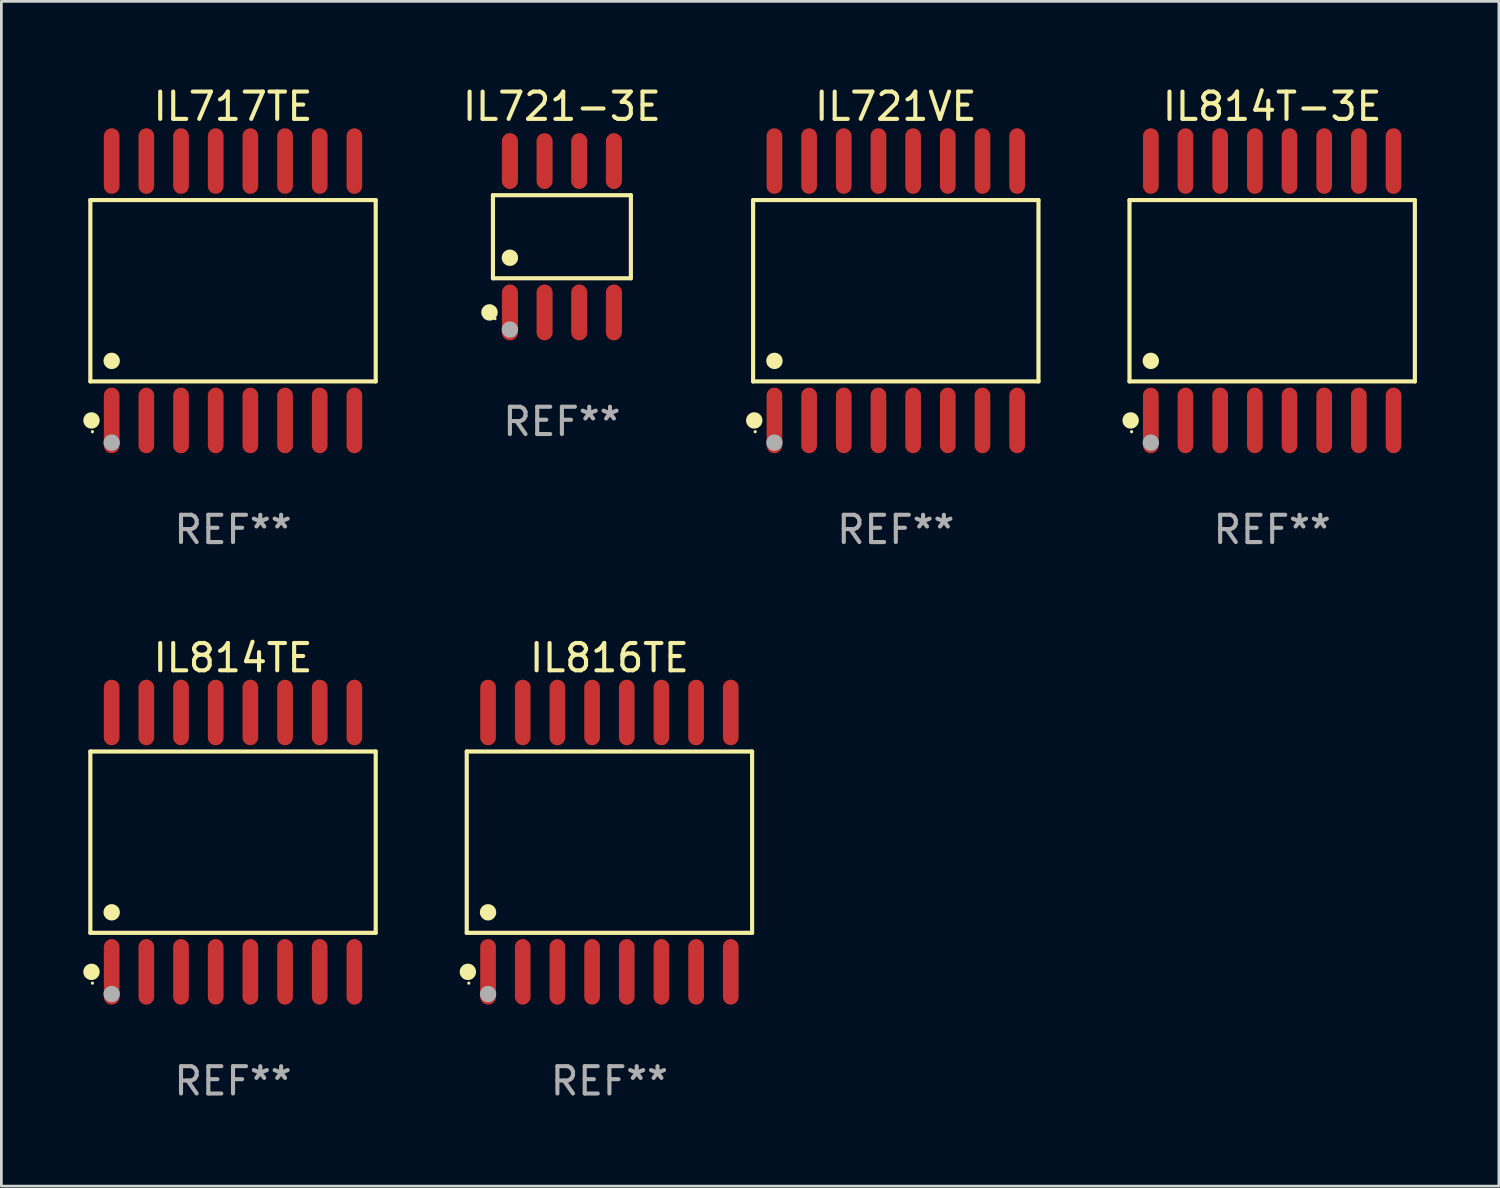
<source format=kicad_pcb>
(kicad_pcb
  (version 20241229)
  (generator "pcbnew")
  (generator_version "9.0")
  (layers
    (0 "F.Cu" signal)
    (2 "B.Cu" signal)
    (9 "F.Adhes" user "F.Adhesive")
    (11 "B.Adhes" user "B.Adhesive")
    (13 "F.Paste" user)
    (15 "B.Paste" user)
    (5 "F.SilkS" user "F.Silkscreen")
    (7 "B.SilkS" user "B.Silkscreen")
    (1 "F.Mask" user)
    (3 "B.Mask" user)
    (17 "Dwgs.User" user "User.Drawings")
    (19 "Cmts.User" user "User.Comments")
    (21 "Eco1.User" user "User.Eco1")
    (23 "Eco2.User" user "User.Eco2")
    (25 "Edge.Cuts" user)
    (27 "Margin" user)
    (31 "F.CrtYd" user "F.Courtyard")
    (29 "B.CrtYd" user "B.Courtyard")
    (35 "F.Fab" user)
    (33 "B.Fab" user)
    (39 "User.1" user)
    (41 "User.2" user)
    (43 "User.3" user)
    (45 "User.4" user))
  (footprint "IL816TE"
    (layer "F.Cu")
    (at 19.271 27.796)
    (property "Reference" "IL816TE" (at 0 -6.75 0) (layer "F.SilkS") (effects (font (size 1 1) (thickness 0.15))))
    (attr through_hole)
    (fp_line (start -5.226 -3.321) (end 5.226 -3.321) (stroke (width 0.152) (type solid)) (layer "F.SilkS"))
    (fp_line (start -5.226 3.321) (end -5.226 -3.321) (stroke (width 0.152) (type solid)) (layer "F.SilkS"))
    (fp_line (start 5.226 -3.321) (end 5.226 3.321) (stroke (width 0.152) (type solid)) (layer "F.SilkS"))
    (fp_line (start 5.226 3.321) (end -5.226 3.321) (stroke (width 0.152) (type solid)) (layer "F.SilkS"))
    (fp_circle (center -5.184 4.75) (end -5.034 4.75) (stroke (width 0.3) (type solid)) (fill no) (layer "F.SilkS"))
    (fp_circle (center -5.15 5.163) (end -5.12 5.163) (stroke (width 0.06) (type solid)) (fill no) (layer "F.SilkS"))
    (fp_circle (center -4.445 2.569) (end -4.295 2.569) (stroke (width 0.3) (type solid)) (fill no) (layer "F.SilkS"))
    (fp_circle (center -4.445 5.563) (end -4.295 5.563) (stroke (width 0.3) (type solid)) (fill no) (layer "F.Fab"))
    (fp_text user "REF**" (at 0 8.75 0) (layer "F.Fab") (effects (font (size 1 1) (thickness 0.15))))
    (pad "1" smd oval (at -4.445 4.75) (size 0.574 2.401) (layers "F.Cu" "F.Mask" "F.Paste"))
    (pad "2" smd oval (at -3.175 4.75) (size 0.574 2.401) (layers "F.Cu" "F.Mask" "F.Paste"))
    (pad "3" smd oval (at -1.905 4.75) (size 0.574 2.401) (layers "F.Cu" "F.Mask" "F.Paste"))
    (pad "4" smd oval (at -0.635 4.75) (size 0.574 2.401) (layers "F.Cu" "F.Mask" "F.Paste"))
    (pad "5" smd oval (at 0.635 4.75) (size 0.574 2.401) (layers "F.Cu" "F.Mask" "F.Paste"))
    (pad "6" smd oval (at 1.905 4.75) (size 0.574 2.401) (layers "F.Cu" "F.Mask" "F.Paste"))
    (pad "7" smd oval (at 3.175 4.75) (size 0.574 2.401) (layers "F.Cu" "F.Mask" "F.Paste"))
    (pad "8" smd oval (at 4.445 4.75) (size 0.574 2.401) (layers "F.Cu" "F.Mask" "F.Paste"))
    (pad "9" smd oval (at 4.445 -4.75) (size 0.574 2.401) (layers "F.Cu" "F.Mask" "F.Paste"))
    (pad "10" smd oval (at 3.175 -4.75) (size 0.574 2.401) (layers "F.Cu" "F.Mask" "F.Paste"))
    (pad "11" smd oval (at 1.905 -4.75) (size 0.574 2.401) (layers "F.Cu" "F.Mask" "F.Paste"))
    (pad "12" smd oval (at 0.635 -4.75) (size 0.574 2.401) (layers "F.Cu" "F.Mask" "F.Paste"))
    (pad "13" smd oval (at -0.635 -4.75) (size 0.574 2.401) (layers "F.Cu" "F.Mask" "F.Paste"))
    (pad "14" smd oval (at -1.905 -4.75) (size 0.574 2.401) (layers "F.Cu" "F.Mask" "F.Paste"))
    (pad "15" smd oval (at -3.175 -4.75) (size 0.574 2.401) (layers "F.Cu" "F.Mask" "F.Paste"))
    (pad "16" smd oval (at -4.445 -4.75) (size 0.574 2.401) (layers "F.Cu" "F.Mask" "F.Paste")))
  (footprint "IL721-3E"
    (layer "F.Cu")
    (at 17.531 5.621)
    (property "Reference" "IL721-3E" (at 0 -4.772 0) (layer "F.SilkS") (effects (font (size 1 1) (thickness 0.15))))
    (attr through_hole)
    (fp_line (start -2.526 -1.521) (end 2.526 -1.521) (stroke (width 0.152) (type solid)) (layer "F.SilkS"))
    (fp_line (start -2.526 1.521) (end -2.526 -1.521) (stroke (width 0.152) (type solid)) (layer "F.SilkS"))
    (fp_line (start 2.526 -1.521) (end 2.526 1.521) (stroke (width 0.152) (type solid)) (layer "F.SilkS"))
    (fp_line (start 2.526 1.521) (end -2.526 1.521) (stroke (width 0.152) (type solid)) (layer "F.SilkS"))
    (fp_circle (center -2.652 2.772) (end -2.501 2.772) (stroke (width 0.3) (type solid)) (fill no) (layer "F.SilkS"))
    (fp_circle (center -2.45 3) (end -2.42 3) (stroke (width 0.06) (type solid)) (fill no) (layer "F.SilkS"))
    (fp_circle (center -1.905 0.769) (end -1.755 0.769) (stroke (width 0.3) (type solid)) (fill no) (layer "F.SilkS"))
    (fp_circle (center -1.905 3.4) (end -1.755 3.4) (stroke (width 0.3) (type solid)) (fill no) (layer "F.Fab"))
    (fp_text user "REF**" (at 0 6.772 0) (layer "F.Fab") (effects (font (size 1 1) (thickness 0.15))))
    (pad "1" smd oval (at -1.905 2.772) (size 0.588 2.045) (layers "F.Cu" "F.Mask" "F.Paste"))
    (pad "2" smd oval (at -0.635 2.772) (size 0.588 2.045) (layers "F.Cu" "F.Mask" "F.Paste"))
    (pad "3" smd oval (at 0.635 2.772) (size 0.588 2.045) (layers "F.Cu" "F.Mask" "F.Paste"))
    (pad "4" smd oval (at 1.905 2.772) (size 0.588 2.045) (layers "F.Cu" "F.Mask" "F.Paste"))
    (pad "5" smd oval (at 1.905 -2.772) (size 0.588 2.045) (layers "F.Cu" "F.Mask" "F.Paste"))
    (pad "6" smd oval (at 0.635 -2.772) (size 0.588 2.045) (layers "F.Cu" "F.Mask" "F.Paste"))
    (pad "7" smd oval (at -0.635 -2.772) (size 0.588 2.045) (layers "F.Cu" "F.Mask" "F.Paste"))
    (pad "8" smd oval (at -1.905 -2.772) (size 0.588 2.045) (layers "F.Cu" "F.Mask" "F.Paste")))
  (footprint "IL814TE"
    (layer "F.Cu")
    (at 5.485 27.796)
    (property "Reference" "IL814TE" (at 0 -6.75 0) (layer "F.SilkS") (effects (font (size 1 1) (thickness 0.15))))
    (attr through_hole)
    (fp_line (start -5.226 -3.321) (end 5.226 -3.321) (stroke (width 0.152) (type solid)) (layer "F.SilkS"))
    (fp_line (start -5.226 3.321) (end -5.226 -3.321) (stroke (width 0.152) (type solid)) (layer "F.SilkS"))
    (fp_line (start 5.226 -3.321) (end 5.226 3.321) (stroke (width 0.152) (type solid)) (layer "F.SilkS"))
    (fp_line (start 5.226 3.321) (end -5.226 3.321) (stroke (width 0.152) (type solid)) (layer "F.SilkS"))
    (fp_circle (center -5.184 4.75) (end -5.034 4.75) (stroke (width 0.3) (type solid)) (fill no) (layer "F.SilkS"))
    (fp_circle (center -5.15 5.163) (end -5.12 5.163) (stroke (width 0.06) (type solid)) (fill no) (layer "F.SilkS"))
    (fp_circle (center -4.445 2.569) (end -4.295 2.569) (stroke (width 0.3) (type solid)) (fill no) (layer "F.SilkS"))
    (fp_circle (center -4.445 5.563) (end -4.295 5.563) (stroke (width 0.3) (type solid)) (fill no) (layer "F.Fab"))
    (fp_text user "REF**" (at 0 8.75 0) (layer "F.Fab") (effects (font (size 1 1) (thickness 0.15))))
    (pad "1" smd oval (at -4.445 4.75) (size 0.574 2.401) (layers "F.Cu" "F.Mask" "F.Paste"))
    (pad "2" smd oval (at -3.175 4.75) (size 0.574 2.401) (layers "F.Cu" "F.Mask" "F.Paste"))
    (pad "3" smd oval (at -1.905 4.75) (size 0.574 2.401) (layers "F.Cu" "F.Mask" "F.Paste"))
    (pad "4" smd oval (at -0.635 4.75) (size 0.574 2.401) (layers "F.Cu" "F.Mask" "F.Paste"))
    (pad "5" smd oval (at 0.635 4.75) (size 0.574 2.401) (layers "F.Cu" "F.Mask" "F.Paste"))
    (pad "6" smd oval (at 1.905 4.75) (size 0.574 2.401) (layers "F.Cu" "F.Mask" "F.Paste"))
    (pad "7" smd oval (at 3.175 4.75) (size 0.574 2.401) (layers "F.Cu" "F.Mask" "F.Paste"))
    (pad "8" smd oval (at 4.445 4.75) (size 0.574 2.401) (layers "F.Cu" "F.Mask" "F.Paste"))
    (pad "9" smd oval (at 4.445 -4.75) (size 0.574 2.401) (layers "F.Cu" "F.Mask" "F.Paste"))
    (pad "10" smd oval (at 3.175 -4.75) (size 0.574 2.401) (layers "F.Cu" "F.Mask" "F.Paste"))
    (pad "11" smd oval (at 1.905 -4.75) (size 0.574 2.401) (layers "F.Cu" "F.Mask" "F.Paste"))
    (pad "12" smd oval (at 0.635 -4.75) (size 0.574 2.401) (layers "F.Cu" "F.Mask" "F.Paste"))
    (pad "13" smd oval (at -0.635 -4.75) (size 0.574 2.401) (layers "F.Cu" "F.Mask" "F.Paste"))
    (pad "14" smd oval (at -1.905 -4.75) (size 0.574 2.401) (layers "F.Cu" "F.Mask" "F.Paste"))
    (pad "15" smd oval (at -3.175 -4.75) (size 0.574 2.401) (layers "F.Cu" "F.Mask" "F.Paste"))
    (pad "16" smd oval (at -4.445 -4.75) (size 0.574 2.401) (layers "F.Cu" "F.Mask" "F.Paste")))
  (footprint "IL814T-3E"
    (layer "F.Cu")
    (at 43.546 7.599)
    (property "Reference" "IL814T-3E" (at 0 -6.75 0) (layer "F.SilkS") (effects (font (size 1 1) (thickness 0.15))))
    (attr through_hole)
    (fp_line (start -5.226 -3.321) (end 5.226 -3.321) (stroke (width 0.152) (type solid)) (layer "F.SilkS"))
    (fp_line (start -5.226 3.321) (end -5.226 -3.321) (stroke (width 0.152) (type solid)) (layer "F.SilkS"))
    (fp_line (start 5.226 -3.321) (end 5.226 3.321) (stroke (width 0.152) (type solid)) (layer "F.SilkS"))
    (fp_line (start 5.226 3.321) (end -5.226 3.321) (stroke (width 0.152) (type solid)) (layer "F.SilkS"))
    (fp_circle (center -5.184 4.75) (end -5.034 4.75) (stroke (width 0.3) (type solid)) (fill no) (layer "F.SilkS"))
    (fp_circle (center -5.15 5.163) (end -5.12 5.163) (stroke (width 0.06) (type solid)) (fill no) (layer "F.SilkS"))
    (fp_circle (center -4.445 2.569) (end -4.295 2.569) (stroke (width 0.3) (type solid)) (fill no) (layer "F.SilkS"))
    (fp_circle (center -4.445 5.563) (end -4.295 5.563) (stroke (width 0.3) (type solid)) (fill no) (layer "F.Fab"))
    (fp_text user "REF**" (at 0 8.75 0) (layer "F.Fab") (effects (font (size 1 1) (thickness 0.15))))
    (pad "1" smd oval (at -4.445 4.75) (size 0.574 2.401) (layers "F.Cu" "F.Mask" "F.Paste"))
    (pad "2" smd oval (at -3.175 4.75) (size 0.574 2.401) (layers "F.Cu" "F.Mask" "F.Paste"))
    (pad "3" smd oval (at -1.905 4.75) (size 0.574 2.401) (layers "F.Cu" "F.Mask" "F.Paste"))
    (pad "4" smd oval (at -0.635 4.75) (size 0.574 2.401) (layers "F.Cu" "F.Mask" "F.Paste"))
    (pad "5" smd oval (at 0.635 4.75) (size 0.574 2.401) (layers "F.Cu" "F.Mask" "F.Paste"))
    (pad "6" smd oval (at 1.905 4.75) (size 0.574 2.401) (layers "F.Cu" "F.Mask" "F.Paste"))
    (pad "7" smd oval (at 3.175 4.75) (size 0.574 2.401) (layers "F.Cu" "F.Mask" "F.Paste"))
    (pad "8" smd oval (at 4.445 4.75) (size 0.574 2.401) (layers "F.Cu" "F.Mask" "F.Paste"))
    (pad "9" smd oval (at 4.445 -4.75) (size 0.574 2.401) (layers "F.Cu" "F.Mask" "F.Paste"))
    (pad "10" smd oval (at 3.175 -4.75) (size 0.574 2.401) (layers "F.Cu" "F.Mask" "F.Paste"))
    (pad "11" smd oval (at 1.905 -4.75) (size 0.574 2.401) (layers "F.Cu" "F.Mask" "F.Paste"))
    (pad "12" smd oval (at 0.635 -4.75) (size 0.574 2.401) (layers "F.Cu" "F.Mask" "F.Paste"))
    (pad "13" smd oval (at -0.635 -4.75) (size 0.574 2.401) (layers "F.Cu" "F.Mask" "F.Paste"))
    (pad "14" smd oval (at -1.905 -4.75) (size 0.574 2.401) (layers "F.Cu" "F.Mask" "F.Paste"))
    (pad "15" smd oval (at -3.175 -4.75) (size 0.574 2.401) (layers "F.Cu" "F.Mask" "F.Paste"))
    (pad "16" smd oval (at -4.445 -4.75) (size 0.574 2.401) (layers "F.Cu" "F.Mask" "F.Paste")))
  (footprint "IL717TE"
    (layer "F.Cu")
    (at 5.485 7.599)
    (property "Reference" "IL717TE" (at 0 -6.75 0) (layer "F.SilkS") (effects (font (size 1 1) (thickness 0.15))))
    (attr through_hole)
    (fp_line (start -5.226 -3.321) (end 5.226 -3.321) (stroke (width 0.152) (type solid)) (layer "F.SilkS"))
    (fp_line (start -5.226 3.321) (end -5.226 -3.321) (stroke (width 0.152) (type solid)) (layer "F.SilkS"))
    (fp_line (start 5.226 -3.321) (end 5.226 3.321) (stroke (width 0.152) (type solid)) (layer "F.SilkS"))
    (fp_line (start 5.226 3.321) (end -5.226 3.321) (stroke (width 0.152) (type solid)) (layer "F.SilkS"))
    (fp_circle (center -5.184 4.75) (end -5.034 4.75) (stroke (width 0.3) (type solid)) (fill no) (layer "F.SilkS"))
    (fp_circle (center -5.15 5.163) (end -5.12 5.163) (stroke (width 0.06) (type solid)) (fill no) (layer "F.SilkS"))
    (fp_circle (center -4.445 2.569) (end -4.295 2.569) (stroke (width 0.3) (type solid)) (fill no) (layer "F.SilkS"))
    (fp_circle (center -4.445 5.563) (end -4.295 5.563) (stroke (width 0.3) (type solid)) (fill no) (layer "F.Fab"))
    (fp_text user "REF**" (at 0 8.75 0) (layer "F.Fab") (effects (font (size 1 1) (thickness 0.15))))
    (pad "1" smd oval (at -4.445 4.75) (size 0.574 2.401) (layers "F.Cu" "F.Mask" "F.Paste"))
    (pad "2" smd oval (at -3.175 4.75) (size 0.574 2.401) (layers "F.Cu" "F.Mask" "F.Paste"))
    (pad "3" smd oval (at -1.905 4.75) (size 0.574 2.401) (layers "F.Cu" "F.Mask" "F.Paste"))
    (pad "4" smd oval (at -0.635 4.75) (size 0.574 2.401) (layers "F.Cu" "F.Mask" "F.Paste"))
    (pad "5" smd oval (at 0.635 4.75) (size 0.574 2.401) (layers "F.Cu" "F.Mask" "F.Paste"))
    (pad "6" smd oval (at 1.905 4.75) (size 0.574 2.401) (layers "F.Cu" "F.Mask" "F.Paste"))
    (pad "7" smd oval (at 3.175 4.75) (size 0.574 2.401) (layers "F.Cu" "F.Mask" "F.Paste"))
    (pad "8" smd oval (at 4.445 4.75) (size 0.574 2.401) (layers "F.Cu" "F.Mask" "F.Paste"))
    (pad "9" smd oval (at 4.445 -4.75) (size 0.574 2.401) (layers "F.Cu" "F.Mask" "F.Paste"))
    (pad "10" smd oval (at 3.175 -4.75) (size 0.574 2.401) (layers "F.Cu" "F.Mask" "F.Paste"))
    (pad "11" smd oval (at 1.905 -4.75) (size 0.574 2.401) (layers "F.Cu" "F.Mask" "F.Paste"))
    (pad "12" smd oval (at 0.635 -4.75) (size 0.574 2.401) (layers "F.Cu" "F.Mask" "F.Paste"))
    (pad "13" smd oval (at -0.635 -4.75) (size 0.574 2.401) (layers "F.Cu" "F.Mask" "F.Paste"))
    (pad "14" smd oval (at -1.905 -4.75) (size 0.574 2.401) (layers "F.Cu" "F.Mask" "F.Paste"))
    (pad "15" smd oval (at -3.175 -4.75) (size 0.574 2.401) (layers "F.Cu" "F.Mask" "F.Paste"))
    (pad "16" smd oval (at -4.445 -4.75) (size 0.574 2.401) (layers "F.Cu" "F.Mask" "F.Paste")))
  (footprint "IL721VE"
    (layer "F.Cu")
    (at 29.76 7.599)
    (property "Reference" "IL721VE" (at 0 -6.75 0) (layer "F.SilkS") (effects (font (size 1 1) (thickness 0.15))))
    (attr through_hole)
    (fp_line (start -5.226 -3.321) (end 5.226 -3.321) (stroke (width 0.152) (type solid)) (layer "F.SilkS"))
    (fp_line (start -5.226 3.321) (end -5.226 -3.321) (stroke (width 0.152) (type solid)) (layer "F.SilkS"))
    (fp_line (start 5.226 -3.321) (end 5.226 3.321) (stroke (width 0.152) (type solid)) (layer "F.SilkS"))
    (fp_line (start 5.226 3.321) (end -5.226 3.321) (stroke (width 0.152) (type solid)) (layer "F.SilkS"))
    (fp_circle (center -5.184 4.75) (end -5.034 4.75) (stroke (width 0.3) (type solid)) (fill no) (layer "F.SilkS"))
    (fp_circle (center -5.15 5.163) (end -5.12 5.163) (stroke (width 0.06) (type solid)) (fill no) (layer "F.SilkS"))
    (fp_circle (center -4.445 2.569) (end -4.295 2.569) (stroke (width 0.3) (type solid)) (fill no) (layer "F.SilkS"))
    (fp_circle (center -4.445 5.563) (end -4.295 5.563) (stroke (width 0.3) (type solid)) (fill no) (layer "F.Fab"))
    (fp_text user "REF**" (at 0 8.75 0) (layer "F.Fab") (effects (font (size 1 1) (thickness 0.15))))
    (pad "1" smd oval (at -4.445 4.75) (size 0.574 2.401) (layers "F.Cu" "F.Mask" "F.Paste"))
    (pad "2" smd oval (at -3.175 4.75) (size 0.574 2.401) (layers "F.Cu" "F.Mask" "F.Paste"))
    (pad "3" smd oval (at -1.905 4.75) (size 0.574 2.401) (layers "F.Cu" "F.Mask" "F.Paste"))
    (pad "4" smd oval (at -0.635 4.75) (size 0.574 2.401) (layers "F.Cu" "F.Mask" "F.Paste"))
    (pad "5" smd oval (at 0.635 4.75) (size 0.574 2.401) (layers "F.Cu" "F.Mask" "F.Paste"))
    (pad "6" smd oval (at 1.905 4.75) (size 0.574 2.401) (layers "F.Cu" "F.Mask" "F.Paste"))
    (pad "7" smd oval (at 3.175 4.75) (size 0.574 2.401) (layers "F.Cu" "F.Mask" "F.Paste"))
    (pad "8" smd oval (at 4.445 4.75) (size 0.574 2.401) (layers "F.Cu" "F.Mask" "F.Paste"))
    (pad "9" smd oval (at 4.445 -4.75) (size 0.574 2.401) (layers "F.Cu" "F.Mask" "F.Paste"))
    (pad "10" smd oval (at 3.175 -4.75) (size 0.574 2.401) (layers "F.Cu" "F.Mask" "F.Paste"))
    (pad "11" smd oval (at 1.905 -4.75) (size 0.574 2.401) (layers "F.Cu" "F.Mask" "F.Paste"))
    (pad "12" smd oval (at 0.635 -4.75) (size 0.574 2.401) (layers "F.Cu" "F.Mask" "F.Paste"))
    (pad "13" smd oval (at -0.635 -4.75) (size 0.574 2.401) (layers "F.Cu" "F.Mask" "F.Paste"))
    (pad "14" smd oval (at -1.905 -4.75) (size 0.574 2.401) (layers "F.Cu" "F.Mask" "F.Paste"))
    (pad "15" smd oval (at -3.175 -4.75) (size 0.574 2.401) (layers "F.Cu" "F.Mask" "F.Paste"))
    (pad "16" smd oval (at -4.445 -4.75) (size 0.574 2.401) (layers "F.Cu" "F.Mask" "F.Paste")))
  (gr_rect
    (start -3 -3)
    (end 51.849 40.394)
    (stroke (width 0.1) (type default))
    (fill no)
    (layer "Edge.Cuts")))
</source>
